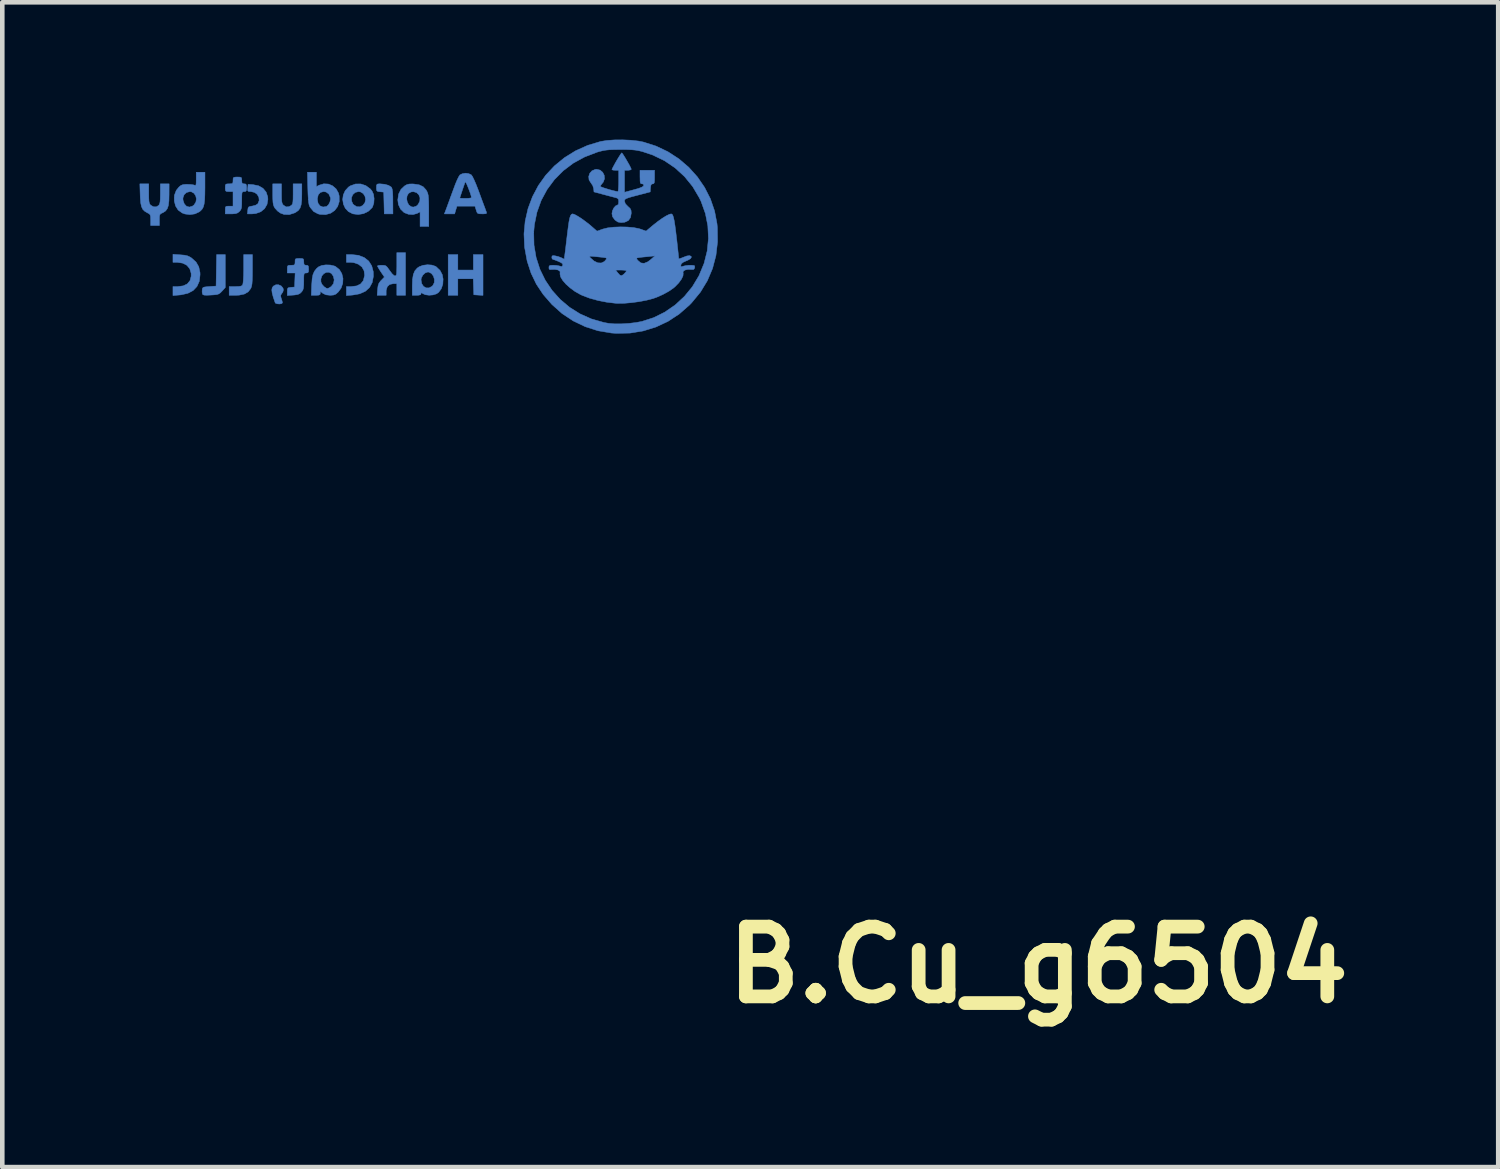
<source format=kicad_pcb>
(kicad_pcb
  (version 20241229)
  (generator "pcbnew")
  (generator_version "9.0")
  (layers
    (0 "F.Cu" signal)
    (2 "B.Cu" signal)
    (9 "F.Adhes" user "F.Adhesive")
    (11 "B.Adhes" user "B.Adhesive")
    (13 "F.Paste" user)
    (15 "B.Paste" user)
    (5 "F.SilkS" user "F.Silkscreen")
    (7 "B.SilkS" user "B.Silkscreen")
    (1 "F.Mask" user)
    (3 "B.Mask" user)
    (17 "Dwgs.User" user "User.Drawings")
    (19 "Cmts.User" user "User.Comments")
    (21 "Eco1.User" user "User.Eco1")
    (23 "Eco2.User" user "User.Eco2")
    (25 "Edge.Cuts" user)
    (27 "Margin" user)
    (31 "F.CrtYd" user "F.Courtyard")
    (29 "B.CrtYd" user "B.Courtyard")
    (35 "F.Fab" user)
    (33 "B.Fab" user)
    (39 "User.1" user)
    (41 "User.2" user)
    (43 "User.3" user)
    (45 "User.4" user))
  (footprint "B.Cu_g6504"
    (layer "F.Cu")
    (at 19.63 18.026)
    (property "Reference" "B.Cu_g6504" (at 0 0 0) (layer "F.SilkS") (effects (font (size 1.524 1.524) (thickness 0.3))))
    (attr through_hole)
    (fp_poly (pts (xy -12.679 -15.177) (xy -12.34 -15.177) (xy -12.34 -15.515) (xy -12.129 -15.515) (xy -12.129 -14.624) (xy -12.229 -14.63) (xy -12.33 -14.637) (xy -12.342 -14.986) (xy -12.679 -14.986) (xy -12.679 -14.626) (xy -12.89 -14.626) (xy -12.89 -15.515) (xy -12.679 -15.515) (xy -12.679 -15.177)) (stroke (width 0.01) (type solid)) (fill yes) (layer "B.Cu"))
    (fp_poly (pts (xy -17.759 -14.795) (xy -17.829 -14.718) (xy -17.867 -14.679) (xy -17.901 -14.656) (xy -17.943 -14.642) (xy -18.007 -14.635) (xy -18.073 -14.631) (xy -18.161 -14.627) (xy -18.215 -14.629) (xy -18.245 -14.638) (xy -18.257 -14.653) (xy -18.265 -14.698) (xy -18.263 -14.746) (xy -18.257 -14.778) (xy -18.243 -14.796) (xy -18.209 -14.807) (xy -18.148 -14.814) (xy -18.108 -14.817) (xy -17.96 -14.827) (xy -17.948 -15.515) (xy -17.759 -15.515) (xy -17.759 -14.795)) (stroke (width 0.01) (type solid)) (fill yes) (layer "B.Cu"))
    (fp_poly (pts (xy -14.278 -17.051) (xy -14.193 -17.027) (xy -14.135 -16.991) (xy -14.127 -16.982) (xy -14.114 -16.948) (xy -14.104 -16.886) (xy -14.099 -16.791) (xy -14.098 -16.674) (xy -14.097 -16.404) (xy -14.286 -16.404) (xy -14.292 -16.642) (xy -14.298 -16.88) (xy -14.377 -16.887) (xy -14.429 -16.894) (xy -14.451 -16.912) (xy -14.457 -16.955) (xy -14.457 -16.977) (xy -14.455 -17.031) (xy -14.44 -17.054) (xy -14.402 -17.06) (xy -14.377 -17.06) (xy -14.278 -17.051)) (stroke (width 0.01) (type solid)) (fill yes) (layer "B.Cu"))
    (fp_poly (pts (xy -16.593 -14.855) (xy -16.536 -14.829) (xy -16.498 -14.783) (xy -16.489 -14.743) (xy -16.502 -14.697) (xy -16.525 -14.664) (xy -16.547 -14.63) (xy -16.546 -14.59) (xy -16.535 -14.555) (xy -16.518 -14.501) (xy -16.51 -14.463) (xy -16.51 -14.461) (xy -16.528 -14.444) (xy -16.57 -14.436) (xy -16.619 -14.439) (xy -16.657 -14.45) (xy -16.669 -14.462) (xy -16.711 -14.585) (xy -16.735 -14.676) (xy -16.743 -14.742) (xy -16.734 -14.79) (xy -16.71 -14.825) (xy -16.71 -14.826) (xy -16.655 -14.855) (xy -16.593 -14.855)) (stroke (width 0.01) (type solid)) (fill yes) (layer "B.Cu"))
    (fp_poly (pts (xy -17.166 -15.182) (xy -17.167 -15.048) (xy -17.17 -14.949) (xy -17.175 -14.878) (xy -17.184 -14.826) (xy -17.197 -14.787) (xy -17.203 -14.774) (xy -17.259 -14.701) (xy -17.342 -14.653) (xy -17.456 -14.629) (xy -17.531 -14.626) (xy -17.674 -14.626) (xy -17.674 -14.817) (xy -17.537 -14.817) (xy -17.46 -14.819) (xy -17.413 -14.827) (xy -17.387 -14.844) (xy -17.379 -14.858) (xy -17.371 -14.893) (xy -17.364 -14.963) (xy -17.359 -15.058) (xy -17.357 -15.169) (xy -17.357 -15.207) (xy -17.357 -15.515) (xy -17.166 -15.515) (xy -17.166 -15.182)) (stroke (width 0.01) (type solid)) (fill yes) (layer "B.Cu"))
    (fp_poly (pts (xy -14.849 -15.499) (xy -14.723 -15.45) (xy -14.626 -15.373) (xy -14.56 -15.269) (xy -14.526 -15.141) (xy -14.524 -15.038) (xy -14.55 -14.903) (xy -14.609 -14.795) (xy -14.7 -14.713) (xy -14.824 -14.658) (xy -14.977 -14.631) (xy -15.113 -14.62) (xy -15.113 -14.817) (xy -15.006 -14.817) (xy -14.889 -14.831) (xy -14.802 -14.874) (xy -14.745 -14.945) (xy -14.741 -14.955) (xy -14.715 -15.063) (xy -14.727 -15.161) (xy -14.773 -15.243) (xy -14.85 -15.304) (xy -14.953 -15.339) (xy -15.028 -15.346) (xy -15.113 -15.346) (xy -15.113 -15.515) (xy -15 -15.515) (xy -14.849 -15.499)) (stroke (width 0.01) (type solid)) (fill yes) (layer "B.Cu"))
    (fp_poly (pts (xy -18.742 -15.51) (xy -18.649 -15.502) (xy -18.583 -15.487) (xy -18.528 -15.461) (xy -18.493 -15.438) (xy -18.397 -15.351) (xy -18.338 -15.248) (xy -18.311 -15.122) (xy -18.31 -15.073) (xy -18.326 -14.933) (xy -18.377 -14.819) (xy -18.461 -14.73) (xy -18.577 -14.669) (xy -18.723 -14.636) (xy -18.752 -14.633) (xy -18.902 -14.62) (xy -18.902 -14.817) (xy -18.795 -14.817) (xy -18.677 -14.832) (xy -18.587 -14.876) (xy -18.529 -14.947) (xy -18.504 -15.042) (xy -18.505 -15.107) (xy -18.535 -15.206) (xy -18.598 -15.281) (xy -18.69 -15.328) (xy -18.809 -15.346) (xy -18.816 -15.346) (xy -18.902 -15.346) (xy -18.902 -15.521) (xy -18.742 -15.51)) (stroke (width 0.01) (type solid)) (fill yes) (layer "B.Cu"))
    (fp_poly (pts (xy -17.156 -17.043) (xy -17.033 -17.018) (xy -16.936 -16.963) (xy -16.867 -16.881) (xy -16.832 -16.777) (xy -16.828 -16.722) (xy -16.847 -16.611) (xy -16.9 -16.519) (xy -16.983 -16.451) (xy -17.091 -16.412) (xy -17.172 -16.404) (xy -17.275 -16.404) (xy -17.268 -16.484) (xy -17.261 -16.533) (xy -17.243 -16.558) (xy -17.202 -16.57) (xy -17.168 -16.575) (xy -17.098 -16.593) (xy -17.051 -16.622) (xy -17.047 -16.627) (xy -17.019 -16.696) (xy -17.026 -16.767) (xy -17.062 -16.83) (xy -17.122 -16.874) (xy -17.198 -16.891) (xy -17.248 -16.893) (xy -17.268 -16.909) (xy -17.27 -16.95) (xy -17.268 -16.97) (xy -17.261 -17.05) (xy -17.156 -17.043)) (stroke (width 0.01) (type solid)) (fill yes) (layer "B.Cu"))
    (fp_poly (pts (xy -16.531 -16.849) (xy -16.53 -16.749) (xy -16.526 -16.682) (xy -16.517 -16.638) (xy -16.502 -16.609) (xy -16.489 -16.595) (xy -16.43 -16.557) (xy -16.368 -16.561) (xy -16.324 -16.585) (xy -16.303 -16.603) (xy -16.289 -16.627) (xy -16.282 -16.667) (xy -16.278 -16.729) (xy -16.277 -16.825) (xy -16.277 -16.839) (xy -16.277 -17.06) (xy -16.087 -17.06) (xy -16.087 -16.836) (xy -16.09 -16.702) (xy -16.102 -16.603) (xy -16.125 -16.532) (xy -16.163 -16.479) (xy -16.218 -16.44) (xy -16.243 -16.426) (xy -16.362 -16.388) (xy -16.475 -16.392) (xy -16.552 -16.42) (xy -16.614 -16.464) (xy -16.668 -16.522) (xy -16.674 -16.529) (xy -16.695 -16.566) (xy -16.709 -16.606) (xy -16.717 -16.659) (xy -16.721 -16.734) (xy -16.722 -16.831) (xy -16.722 -17.06) (xy -16.531 -17.06) (xy -16.531 -16.849)) (stroke (width 0.01) (type solid)) (fill yes) (layer "B.Cu"))
    (fp_poly (pts (xy -13.822 -14.626) (xy -14.012 -14.626) (xy -14.012 -14.88) (xy -14.086 -14.88) (xy -14.167 -14.863) (xy -14.22 -14.815) (xy -14.244 -14.737) (xy -14.245 -14.711) (xy -14.245 -14.626) (xy -14.441 -14.626) (xy -14.432 -14.753) (xy -14.422 -14.832) (xy -14.404 -14.886) (xy -14.371 -14.933) (xy -14.353 -14.952) (xy -14.283 -15.024) (xy -14.36 -15.137) (xy -14.399 -15.198) (xy -14.426 -15.245) (xy -14.436 -15.266) (xy -14.417 -15.276) (xy -14.369 -15.282) (xy -14.341 -15.282) (xy -14.288 -15.28) (xy -14.252 -15.269) (xy -14.221 -15.24) (xy -14.181 -15.185) (xy -14.168 -15.166) (xy -14.116 -15.097) (xy -14.073 -15.057) (xy -14.052 -15.05) (xy -14.035 -15.053) (xy -14.024 -15.067) (xy -14.017 -15.099) (xy -14.014 -15.156) (xy -14.012 -15.246) (xy -14.012 -15.303) (xy -14.012 -15.557) (xy -13.822 -15.557) (xy -13.822 -14.626)) (stroke (width 0.01) (type solid)) (fill yes) (layer "B.Cu"))
    (fp_poly (pts (xy -14.69 -17.022) (xy -14.593 -16.951) (xy -14.554 -16.905) (xy -14.521 -16.832) (xy -14.508 -16.738) (xy -14.514 -16.641) (xy -14.541 -16.559) (xy -14.553 -16.538) (xy -14.635 -16.46) (xy -14.74 -16.409) (xy -14.857 -16.39) (xy -14.973 -16.405) (xy -15.068 -16.453) (xy -15.137 -16.526) (xy -15.179 -16.617) (xy -15.19 -16.69) (xy -15.002 -16.69) (xy -14.971 -16.622) (xy -14.955 -16.604) (xy -14.888 -16.561) (xy -14.816 -16.558) (xy -14.755 -16.589) (xy -14.709 -16.649) (xy -14.694 -16.719) (xy -14.708 -16.789) (xy -14.745 -16.848) (xy -14.804 -16.884) (xy -14.848 -16.891) (xy -14.92 -16.873) (xy -14.972 -16.827) (xy -15.001 -16.762) (xy -15.002 -16.69) (xy -15.19 -16.69) (xy -15.195 -16.718) (xy -15.181 -16.819) (xy -15.139 -16.912) (xy -15.067 -16.99) (xy -15.028 -17.016) (xy -14.915 -17.057) (xy -14.8 -17.058) (xy -14.69 -17.022)) (stroke (width 0.01) (type solid)) (fill yes) (layer "B.Cu"))
    (fp_poly (pts (xy -19.431 -16.849) (xy -19.43 -16.749) (xy -19.426 -16.682) (xy -19.417 -16.638) (xy -19.402 -16.609) (xy -19.389 -16.595) (xy -19.328 -16.559) (xy -19.264 -16.558) (xy -19.212 -16.591) (xy -19.195 -16.619) (xy -19.184 -16.663) (xy -19.179 -16.732) (xy -19.177 -16.834) (xy -19.177 -16.845) (xy -19.177 -17.06) (xy -18.986 -17.06) (xy -18.987 -16.822) (xy -18.99 -16.688) (xy -19.002 -16.588) (xy -19.026 -16.518) (xy -19.063 -16.468) (xy -19.116 -16.433) (xy -19.132 -16.426) (xy -19.169 -16.408) (xy -19.189 -16.385) (xy -19.197 -16.345) (xy -19.198 -16.275) (xy -19.198 -16.15) (xy -19.389 -16.15) (xy -19.389 -16.272) (xy -19.391 -16.342) (xy -19.4 -16.382) (xy -19.421 -16.406) (xy -19.457 -16.425) (xy -19.517 -16.46) (xy -19.561 -16.503) (xy -19.589 -16.562) (xy -19.607 -16.645) (xy -19.616 -16.759) (xy -19.618 -16.818) (xy -19.625 -17.06) (xy -19.431 -17.06) (xy -19.431 -16.849)) (stroke (width 0.01) (type solid)) (fill yes) (layer "B.Cu"))
    (fp_poly (pts (xy -15.769 -16.999) (xy -15.711 -17.03) (xy -15.609 -17.061) (xy -15.508 -17.056) (xy -15.415 -17.017) (xy -15.338 -16.95) (xy -15.286 -16.858) (xy -15.271 -16.796) (xy -15.27 -16.671) (xy -15.305 -16.564) (xy -15.37 -16.478) (xy -15.459 -16.418) (xy -15.567 -16.388) (xy -15.688 -16.393) (xy -15.734 -16.405) (xy -15.827 -16.454) (xy -15.901 -16.542) (xy -15.914 -16.563) (xy -15.928 -16.599) (xy -15.938 -16.654) (xy -15.945 -16.717) (xy -15.748 -16.717) (xy -15.732 -16.635) (xy -15.689 -16.579) (xy -15.625 -16.554) (xy -15.548 -16.565) (xy -15.506 -16.601) (xy -15.474 -16.66) (xy -15.459 -16.726) (xy -15.462 -16.761) (xy -15.498 -16.839) (xy -15.557 -16.882) (xy -15.612 -16.891) (xy -15.682 -16.873) (xy -15.728 -16.822) (xy -15.747 -16.739) (xy -15.748 -16.717) (xy -15.945 -16.717) (xy -15.946 -16.732) (xy -15.952 -16.84) (xy -15.956 -16.97) (xy -15.964 -17.314) (xy -15.769 -17.314) (xy -15.769 -16.999)) (stroke (width 0.01) (type solid)) (fill yes) (layer "B.Cu"))
    (fp_poly (pts (xy -13.637 -17.056) (xy -13.522 -17.038) (xy -13.436 -16.997) (xy -13.373 -16.928) (xy -13.351 -16.889) (xy -13.337 -16.855) (xy -13.326 -16.81) (xy -13.32 -16.749) (xy -13.316 -16.664) (xy -13.314 -16.548) (xy -13.314 -16.473) (xy -13.314 -16.129) (xy -13.504 -16.129) (xy -13.504 -16.448) (xy -13.571 -16.413) (xy -13.658 -16.389) (xy -13.755 -16.395) (xy -13.846 -16.429) (xy -13.855 -16.435) (xy -13.931 -16.509) (xy -13.978 -16.609) (xy -13.991 -16.711) (xy -13.988 -16.729) (xy -13.796 -16.729) (xy -13.783 -16.661) (xy -13.751 -16.602) (xy -13.701 -16.562) (xy -13.652 -16.552) (xy -13.586 -16.573) (xy -13.548 -16.608) (xy -13.51 -16.682) (xy -13.506 -16.756) (xy -13.531 -16.821) (xy -13.579 -16.868) (xy -13.647 -16.889) (xy -13.702 -16.883) (xy -13.757 -16.851) (xy -13.788 -16.796) (xy -13.796 -16.729) (xy -13.988 -16.729) (xy -13.973 -16.837) (xy -13.921 -16.94) (xy -13.843 -17.014) (xy -13.793 -17.043) (xy -13.742 -17.056) (xy -13.673 -17.058) (xy -13.637 -17.056)) (stroke (width 0.01) (type solid)) (fill yes) (layer "B.Cu"))
    (fp_poly (pts (xy -13.246 -15.286) (xy -13.167 -15.259) (xy -13.152 -15.249) (xy -13.068 -15.169) (xy -13.019 -15.077) (xy -13.001 -14.98) (xy -13.007 -14.868) (xy -13.041 -14.768) (xy -13.099 -14.69) (xy -13.144 -14.658) (xy -13.22 -14.634) (xy -13.307 -14.627) (xy -13.389 -14.638) (xy -13.436 -14.659) (xy -13.47 -14.68) (xy -13.482 -14.675) (xy -13.483 -14.659) (xy -13.494 -14.638) (xy -13.534 -14.628) (xy -13.578 -14.626) (xy -13.674 -14.626) (xy -13.674 -14.839) (xy -13.669 -14.964) (xy -13.483 -14.964) (xy -13.468 -14.88) (xy -13.428 -14.82) (xy -13.372 -14.788) (xy -13.308 -14.787) (xy -13.243 -14.822) (xy -13.224 -14.842) (xy -13.193 -14.904) (xy -13.191 -14.976) (xy -13.213 -15.046) (xy -13.255 -15.102) (xy -13.313 -15.132) (xy -13.335 -15.134) (xy -13.391 -15.115) (xy -13.442 -15.068) (xy -13.476 -15.006) (xy -13.483 -14.964) (xy -13.669 -14.964) (xy -13.668 -14.978) (xy -13.651 -15.082) (xy -13.618 -15.16) (xy -13.567 -15.219) (xy -13.522 -15.25) (xy -13.44 -15.281) (xy -13.342 -15.293) (xy -13.246 -15.286)) (stroke (width 0.01) (type solid)) (fill yes) (layer "B.Cu"))
    (fp_poly (pts (xy -18.203 -16.975) (xy -18.205 -16.823) (xy -18.21 -16.707) (xy -18.221 -16.62) (xy -18.238 -16.556) (xy -18.264 -16.508) (xy -18.3 -16.47) (xy -18.328 -16.448) (xy -18.422 -16.404) (xy -18.532 -16.388) (xy -18.642 -16.402) (xy -18.701 -16.424) (xy -18.789 -16.488) (xy -18.845 -16.577) (xy -18.873 -16.686) (xy -18.872 -16.752) (xy -18.684 -16.752) (xy -18.682 -16.703) (xy -18.654 -16.622) (xy -18.606 -16.571) (xy -18.544 -16.553) (xy -18.478 -16.572) (xy -18.443 -16.598) (xy -18.402 -16.66) (xy -18.39 -16.731) (xy -18.405 -16.799) (xy -18.443 -16.855) (xy -18.5 -16.887) (xy -18.531 -16.891) (xy -18.605 -16.872) (xy -18.658 -16.823) (xy -18.684 -16.752) (xy -18.872 -16.752) (xy -18.871 -16.809) (xy -18.83 -16.917) (xy -18.773 -16.988) (xy -18.729 -17.025) (xy -18.683 -17.043) (xy -18.62 -17.049) (xy -18.588 -17.049) (xy -18.515 -17.046) (xy -18.455 -17.038) (xy -18.431 -17.031) (xy -18.412 -17.026) (xy -18.4 -17.038) (xy -18.395 -17.076) (xy -18.394 -17.147) (xy -18.394 -17.164) (xy -18.394 -17.314) (xy -18.203 -17.314) (xy -18.203 -16.975)) (stroke (width 0.01) (type solid)) (fill yes) (layer "B.Cu"))
    (fp_poly (pts (xy -15.465 -15.287) (xy -15.376 -15.266) (xy -15.35 -15.254) (xy -15.267 -15.188) (xy -15.213 -15.099) (xy -15.188 -14.995) (xy -15.193 -14.887) (xy -15.229 -14.783) (xy -15.293 -14.696) (xy -15.343 -14.652) (xy -15.392 -14.632) (xy -15.46 -14.626) (xy -15.468 -14.626) (xy -15.559 -14.636) (xy -15.625 -14.667) (xy -15.629 -14.67) (xy -15.684 -14.714) (xy -15.684 -14.67) (xy -15.69 -14.643) (xy -15.714 -14.63) (xy -15.768 -14.626) (xy -15.782 -14.626) (xy -15.88 -14.626) (xy -15.872 -14.843) (xy -15.862 -14.976) (xy -15.862 -14.981) (xy -15.671 -14.981) (xy -15.669 -14.915) (xy -15.645 -14.863) (xy -15.601 -14.814) (xy -15.552 -14.781) (xy -15.526 -14.774) (xy -15.492 -14.787) (xy -15.447 -14.816) (xy -15.446 -14.816) (xy -15.395 -14.881) (xy -15.38 -14.963) (xy -15.399 -15.043) (xy -15.441 -15.103) (xy -15.494 -15.129) (xy -15.552 -15.127) (xy -15.607 -15.098) (xy -15.649 -15.049) (xy -15.671 -14.981) (xy -15.862 -14.981) (xy -15.844 -15.076) (xy -15.812 -15.151) (xy -15.764 -15.211) (xy -15.723 -15.246) (xy -15.654 -15.277) (xy -15.563 -15.29) (xy -15.465 -15.287)) (stroke (width 0.01) (type solid)) (fill yes) (layer "B.Cu"))
    (fp_poly (pts (xy -16.081 -15.429) (xy -16.053 -15.418) (xy -16.045 -15.389) (xy -16.044 -15.356) (xy -16.04 -15.306) (xy -16.023 -15.286) (xy -15.991 -15.282) (xy -15.957 -15.278) (xy -15.942 -15.256) (xy -15.939 -15.205) (xy -15.938 -15.198) (xy -15.941 -15.143) (xy -15.955 -15.119) (xy -15.987 -15.113) (xy -15.991 -15.113) (xy -16.017 -15.111) (xy -16.033 -15.101) (xy -16.041 -15.073) (xy -16.044 -15.019) (xy -16.044 -14.934) (xy -16.046 -14.843) (xy -16.052 -14.783) (xy -16.064 -14.741) (xy -16.086 -14.707) (xy -16.094 -14.698) (xy -16.13 -14.664) (xy -16.174 -14.644) (xy -16.24 -14.633) (xy -16.274 -14.63) (xy -16.404 -14.621) (xy -16.404 -14.707) (xy -16.402 -14.762) (xy -16.387 -14.788) (xy -16.35 -14.797) (xy -16.325 -14.8) (xy -16.245 -14.806) (xy -16.239 -14.96) (xy -16.233 -15.113) (xy -16.404 -15.113) (xy -16.404 -15.198) (xy -16.402 -15.252) (xy -16.388 -15.276) (xy -16.349 -15.282) (xy -16.32 -15.282) (xy -16.265 -15.285) (xy -16.241 -15.298) (xy -16.235 -15.335) (xy -16.235 -15.356) (xy -16.233 -15.402) (xy -16.219 -15.423) (xy -16.182 -15.43) (xy -16.14 -15.431) (xy -16.081 -15.429)) (stroke (width 0.01) (type solid)) (fill yes) (layer "B.Cu"))
    (fp_poly (pts (xy -17.436 -17.207) (xy -17.408 -17.196) (xy -17.4 -17.167) (xy -17.399 -17.134) (xy -17.395 -17.084) (xy -17.377 -17.064) (xy -17.346 -17.06) (xy -17.312 -17.056) (xy -17.297 -17.034) (xy -17.293 -16.983) (xy -17.293 -16.976) (xy -17.296 -16.921) (xy -17.31 -16.897) (xy -17.341 -16.891) (xy -17.346 -16.891) (xy -17.371 -16.889) (xy -17.387 -16.88) (xy -17.395 -16.853) (xy -17.398 -16.802) (xy -17.399 -16.718) (xy -17.399 -16.7) (xy -17.4 -16.607) (xy -17.404 -16.545) (xy -17.415 -16.505) (xy -17.433 -16.476) (xy -17.451 -16.456) (xy -17.488 -16.426) (xy -17.533 -16.41) (xy -17.599 -16.404) (xy -17.631 -16.404) (xy -17.759 -16.404) (xy -17.759 -16.489) (xy -17.757 -16.543) (xy -17.743 -16.567) (xy -17.704 -16.573) (xy -17.674 -16.573) (xy -17.59 -16.573) (xy -17.59 -16.891) (xy -17.674 -16.891) (xy -17.728 -16.893) (xy -17.752 -16.907) (xy -17.759 -16.946) (xy -17.759 -16.976) (xy -17.757 -17.03) (xy -17.743 -17.054) (xy -17.704 -17.06) (xy -17.674 -17.06) (xy -17.62 -17.063) (xy -17.596 -17.076) (xy -17.59 -17.113) (xy -17.59 -17.134) (xy -17.587 -17.18) (xy -17.574 -17.201) (xy -17.537 -17.208) (xy -17.494 -17.209) (xy -17.436 -17.207)) (stroke (width 0.01) (type solid)) (fill yes) (layer "B.Cu"))
    (fp_poly (pts (xy -12.441 -17.283) (xy -12.387 -17.258) (xy -12.385 -17.256) (xy -12.36 -17.221) (xy -12.325 -17.15) (xy -12.281 -17.048) (xy -12.23 -16.917) (xy -12.205 -16.849) (xy -12.161 -16.729) (xy -12.121 -16.621) (xy -12.088 -16.533) (xy -12.065 -16.47) (xy -12.054 -16.441) (xy -12.051 -16.419) (xy -12.068 -16.408) (xy -12.116 -16.404) (xy -12.147 -16.404) (xy -12.21 -16.406) (xy -12.245 -16.416) (xy -12.264 -16.443) (xy -12.279 -16.489) (xy -12.305 -16.573) (xy -12.698 -16.573) (xy -12.724 -16.489) (xy -12.749 -16.404) (xy -12.973 -16.404) (xy -12.919 -16.547) (xy -12.891 -16.624) (xy -12.853 -16.727) (xy -12.845 -16.75) (xy -12.636 -16.75) (xy -12.617 -16.746) (xy -12.567 -16.744) (xy -12.509 -16.743) (xy -12.443 -16.745) (xy -12.396 -16.752) (xy -12.383 -16.76) (xy -12.389 -16.796) (xy -12.406 -16.853) (xy -12.431 -16.921) (xy -12.458 -16.99) (xy -12.483 -17.05) (xy -12.505 -17.092) (xy -12.517 -17.104) (xy -12.518 -17.103) (xy -12.531 -17.067) (xy -12.551 -17.008) (xy -12.576 -16.936) (xy -12.6 -16.863) (xy -12.621 -16.801) (xy -12.634 -16.759) (xy -12.636 -16.75) (xy -12.845 -16.75) (xy -12.811 -16.843) (xy -12.77 -16.954) (xy -12.732 -17.056) (xy -12.694 -17.146) (xy -12.66 -17.215) (xy -12.635 -17.253) (xy -12.633 -17.256) (xy -12.579 -17.282) (xy -12.511 -17.293) (xy -12.509 -17.293) (xy -12.441 -17.283)) (stroke (width 0.01) (type solid)) (fill yes) (layer "B.Cu"))
    (fp_poly (pts (xy -8.899 -18.013) (xy -8.736 -17.995) (xy -8.628 -17.974) (xy -8.349 -17.885) (xy -8.089 -17.761) (xy -7.85 -17.606) (xy -7.635 -17.422) (xy -7.447 -17.213) (xy -7.289 -16.983) (xy -7.162 -16.733) (xy -7.071 -16.468) (xy -7.018 -16.191) (xy -7.01 -16.108) (xy -7.006 -15.793) (xy -7.041 -15.494) (xy -7.115 -15.212) (xy -7.228 -14.945) (xy -7.38 -14.695) (xy -7.571 -14.463) (xy -7.619 -14.413) (xy -7.843 -14.217) (xy -8.088 -14.056) (xy -8.351 -13.933) (xy -8.629 -13.847) (xy -8.919 -13.8) (xy -9.218 -13.794) (xy -9.329 -13.802) (xy -9.618 -13.851) (xy -9.896 -13.94) (xy -10.159 -14.066) (xy -10.402 -14.227) (xy -10.621 -14.422) (xy -10.627 -14.428) (xy -10.815 -14.645) (xy -10.964 -14.869) (xy -11.079 -15.108) (xy -11.164 -15.368) (xy -11.167 -15.383) (xy -11.221 -15.676) (xy -11.234 -15.965) (xy -11.231 -16.002) (xy -11.021 -16.002) (xy -11.015 -15.721) (xy -10.969 -15.451) (xy -10.886 -15.194) (xy -10.769 -14.954) (xy -10.62 -14.733) (xy -10.443 -14.536) (xy -10.238 -14.363) (xy -10.01 -14.22) (xy -9.76 -14.109) (xy -9.49 -14.032) (xy -9.387 -14.013) (xy -9.258 -14.002) (xy -9.104 -14.002) (xy -8.939 -14.012) (xy -8.778 -14.032) (xy -8.657 -14.055) (xy -8.4 -14.138) (xy -8.157 -14.259) (xy -7.932 -14.414) (xy -7.731 -14.6) (xy -7.557 -14.812) (xy -7.415 -15.048) (xy -7.409 -15.06) (xy -7.3 -15.323) (xy -7.232 -15.594) (xy -7.205 -15.868) (xy -7.218 -16.141) (xy -7.271 -16.411) (xy -7.365 -16.673) (xy -7.403 -16.753) (xy -7.549 -17) (xy -7.727 -17.219) (xy -7.933 -17.408) (xy -8.166 -17.566) (xy -8.423 -17.69) (xy -8.647 -17.765) (xy -8.725 -17.784) (xy -8.801 -17.797) (xy -8.885 -17.805) (xy -8.989 -17.809) (xy -9.124 -17.81) (xy -9.133 -17.81) (xy -9.264 -17.808) (xy -9.363 -17.805) (xy -9.443 -17.797) (xy -9.513 -17.785) (xy -9.585 -17.767) (xy -9.637 -17.752) (xy -9.908 -17.648) (xy -10.156 -17.513) (xy -10.376 -17.347) (xy -10.568 -17.154) (xy -10.729 -16.937) (xy -10.858 -16.698) (xy -10.951 -16.44) (xy -11.007 -16.166) (xy -11.021 -16.002) (xy -11.231 -16.002) (xy -11.208 -16.247) (xy -11.146 -16.519) (xy -11.049 -16.779) (xy -10.92 -17.023) (xy -10.759 -17.249) (xy -10.569 -17.452) (xy -10.351 -17.631) (xy -10.109 -17.781) (xy -9.843 -17.901) (xy -9.559 -17.986) (xy -9.421 -18.008) (xy -9.255 -18.02) (xy -9.077 -18.021) (xy -8.899 -18.013)) (stroke (width 0.01) (type solid)) (fill yes) (layer "B.Cu"))
    (fp_poly (pts (xy -9.083 -17.721) (xy -9.053 -17.676) (xy -9.015 -17.614) (xy -8.974 -17.543) (xy -8.935 -17.475) (xy -8.906 -17.418) (xy -8.891 -17.383) (xy -8.89 -17.378) (xy -8.909 -17.364) (xy -8.954 -17.357) (xy -8.964 -17.357) (xy -9.038 -17.357) (xy -9.038 -16.876) (xy -8.832 -16.932) (xy -8.729 -16.961) (xy -8.662 -16.987) (xy -8.627 -17.009) (xy -8.619 -17.024) (xy -8.627 -17.054) (xy -8.656 -17.06) (xy -8.679 -17.064) (xy -8.692 -17.081) (xy -8.698 -17.12) (xy -8.699 -17.191) (xy -8.7 -17.209) (xy -8.7 -17.357) (xy -8.382 -17.357) (xy -8.382 -17.209) (xy -8.383 -17.131) (xy -8.388 -17.086) (xy -8.4 -17.065) (xy -8.421 -17.06) (xy -8.423 -17.06) (xy -8.451 -17.052) (xy -8.465 -17.019) (xy -8.471 -16.972) (xy -8.477 -16.884) (xy -8.758 -16.81) (xy -8.87 -16.781) (xy -8.947 -16.758) (xy -8.996 -16.74) (xy -9.024 -16.724) (xy -9.035 -16.707) (xy -9.038 -16.685) (xy -9.038 -16.682) (xy -9.02 -16.625) (xy -8.964 -16.567) (xy -8.916 -16.523) (xy -8.895 -16.479) (xy -8.891 -16.419) (xy -8.907 -16.325) (xy -8.954 -16.259) (xy -9.033 -16.222) (xy -9.112 -16.214) (xy -9.183 -16.226) (xy -9.245 -16.269) (xy -9.251 -16.276) (xy -9.299 -16.341) (xy -9.313 -16.41) (xy -9.301 -16.474) (xy -9.271 -16.535) (xy -9.232 -16.579) (xy -9.195 -16.595) (xy -9.172 -16.613) (xy -9.165 -16.668) (xy -9.17 -16.72) (xy -9.193 -16.746) (xy -9.223 -16.756) (xy -9.268 -16.768) (xy -9.342 -16.787) (xy -9.433 -16.811) (xy -9.493 -16.827) (xy -9.705 -16.884) (xy -9.712 -16.956) (xy -9.733 -17.025) (xy -9.77 -17.078) (xy -9.813 -17.146) (xy -9.82 -17.22) (xy -9.798 -17.29) (xy -9.749 -17.345) (xy -9.678 -17.375) (xy -9.646 -17.378) (xy -9.571 -17.36) (xy -9.514 -17.312) (xy -9.481 -17.246) (xy -9.475 -17.172) (xy -9.501 -17.1) (xy -9.521 -17.075) (xy -9.553 -17.035) (xy -9.567 -17.006) (xy -9.567 -17.006) (xy -9.549 -16.994) (xy -9.5 -16.975) (xy -9.431 -16.953) (xy -9.354 -16.93) (xy -9.279 -16.91) (xy -9.218 -16.896) (xy -9.181 -16.891) (xy -9.175 -16.911) (xy -9.17 -16.964) (xy -9.166 -17.043) (xy -9.165 -17.124) (xy -9.165 -17.357) (xy -9.239 -17.357) (xy -9.288 -17.36) (xy -9.313 -17.37) (xy -9.313 -17.371) (xy -9.303 -17.397) (xy -9.277 -17.447) (xy -9.241 -17.513) (xy -9.2 -17.584) (xy -9.159 -17.651) (xy -9.125 -17.704) (xy -9.103 -17.734) (xy -9.099 -17.738) (xy -9.083 -17.721)) (stroke (width 0.01) (type solid)) (fill yes) (layer "B.Cu"))
    (fp_poly (pts (xy -10.128 -16.391) (xy -10.064 -16.356) (xy -9.983 -16.305) (xy -9.895 -16.241) (xy -9.806 -16.172) (xy -9.767 -16.139) (xy -9.639 -16.027) (xy -9.513 -16.072) (xy -9.409 -16.098) (xy -9.276 -16.114) (xy -9.129 -16.12) (xy -8.979 -16.117) (xy -8.84 -16.105) (xy -8.724 -16.082) (xy -8.691 -16.072) (xy -8.567 -16.028) (xy -8.416 -16.155) (xy -8.315 -16.235) (xy -8.217 -16.305) (xy -8.129 -16.36) (xy -8.059 -16.394) (xy -8.019 -16.404) (xy -8 -16.397) (xy -7.983 -16.372) (xy -7.968 -16.325) (xy -7.952 -16.253) (xy -7.936 -16.151) (xy -7.918 -16.015) (xy -7.898 -15.842) (xy -7.895 -15.822) (xy -7.882 -15.699) (xy -7.87 -15.592) (xy -7.861 -15.505) (xy -7.855 -15.448) (xy -7.853 -15.426) (xy -7.836 -15.425) (xy -7.792 -15.44) (xy -7.763 -15.452) (xy -7.676 -15.485) (xy -7.615 -15.492) (xy -7.582 -15.475) (xy -7.578 -15.457) (xy -7.598 -15.425) (xy -7.657 -15.391) (xy -7.689 -15.378) (xy -7.759 -15.346) (xy -7.796 -15.315) (xy -7.807 -15.288) (xy -7.807 -15.255) (xy -7.788 -15.251) (xy -7.758 -15.261) (xy -7.706 -15.273) (xy -7.64 -15.281) (xy -7.575 -15.282) (xy -7.525 -15.277) (xy -7.509 -15.271) (xy -7.504 -15.243) (xy -7.508 -15.219) (xy -7.525 -15.192) (xy -7.564 -15.188) (xy -7.585 -15.19) (xy -7.653 -15.191) (xy -7.71 -15.179) (xy -7.751 -15.156) (xy -7.76 -15.123) (xy -7.756 -15.104) (xy -7.761 -15.049) (xy -7.795 -14.978) (xy -7.853 -14.898) (xy -7.928 -14.82) (xy -7.964 -14.788) (xy -8.069 -14.715) (xy -8.198 -14.644) (xy -8.336 -14.583) (xy -8.414 -14.555) (xy -8.553 -14.519) (xy -8.714 -14.488) (xy -8.883 -14.465) (xy -9.045 -14.451) (xy -9.187 -14.449) (xy -9.229 -14.451) (xy -9.422 -14.474) (xy -9.617 -14.512) (xy -9.802 -14.563) (xy -9.962 -14.624) (xy -10.001 -14.642) (xy -10.118 -14.708) (xy -10.224 -14.786) (xy -10.316 -14.868) (xy -10.388 -14.951) (xy -10.434 -15.027) (xy -10.448 -15.092) (xy -10.446 -15.108) (xy -10.446 -15.146) (xy -10.476 -15.171) (xy -10.488 -15.177) (xy -9.232 -15.177) (xy -9.183 -15.114) (xy -9.14 -15.067) (xy -9.106 -15.054) (xy -9.069 -15.074) (xy -9.045 -15.096) (xy -9.011 -15.133) (xy -8.996 -15.159) (xy -8.996 -15.159) (xy -9.015 -15.169) (xy -9.064 -15.175) (xy -9.114 -15.177) (xy -9.232 -15.177) (xy -10.488 -15.177) (xy -10.493 -15.179) (xy -10.557 -15.191) (xy -10.62 -15.19) (xy -10.667 -15.186) (xy -10.686 -15.2) (xy -10.689 -15.231) (xy -10.685 -15.263) (xy -10.665 -15.278) (xy -10.617 -15.282) (xy -10.595 -15.282) (xy -10.524 -15.278) (xy -10.462 -15.267) (xy -10.449 -15.262) (xy -10.409 -15.253) (xy -10.39 -15.271) (xy -10.387 -15.282) (xy -10.389 -15.31) (xy -10.419 -15.336) (xy -10.479 -15.365) (xy -10.541 -15.39) (xy -10.588 -15.406) (xy -10.603 -15.409) (xy -10.621 -15.427) (xy -10.626 -15.454) (xy -10.621 -15.484) (xy -10.597 -15.493) (xy -10.551 -15.487) (xy -10.48 -15.47) (xy -10.416 -15.445) (xy -10.355 -15.415) (xy -10.347 -15.474) (xy -9.802 -15.474) (xy -9.798 -15.461) (xy -9.784 -15.445) (xy -9.704 -15.374) (xy -9.622 -15.335) (xy -9.546 -15.331) (xy -9.481 -15.362) (xy -9.461 -15.383) (xy -9.44 -15.409) (xy -9.429 -15.427) (xy -9.432 -15.433) (xy -8.774 -15.433) (xy -8.771 -15.418) (xy -8.754 -15.397) (xy -8.742 -15.383) (xy -8.682 -15.333) (xy -8.611 -15.324) (xy -8.53 -15.357) (xy -8.465 -15.406) (xy -8.374 -15.487) (xy -8.542 -15.469) (xy -8.649 -15.459) (xy -8.719 -15.45) (xy -8.759 -15.443) (xy -8.774 -15.433) (xy -9.432 -15.433) (xy -9.434 -15.439) (xy -9.462 -15.447) (xy -9.518 -15.455) (xy -9.607 -15.464) (xy -9.657 -15.469) (xy -9.738 -15.477) (xy -9.785 -15.479) (xy -9.802 -15.474) (xy -10.347 -15.474) (xy -10.341 -15.523) (xy -10.333 -15.582) (xy -10.322 -15.672) (xy -10.309 -15.785) (xy -10.294 -15.909) (xy -10.286 -15.977) (xy -10.267 -16.124) (xy -10.251 -16.235) (xy -10.235 -16.313) (xy -10.218 -16.364) (xy -10.2 -16.392) (xy -10.178 -16.403) (xy -10.169 -16.404) (xy -10.128 -16.391)) (stroke (width 0.01) (type solid)) (fill yes) (layer "B.Cu")))
  (gr_rect
    (start -3 -3)
    (end 29.677 22.444)
    (stroke (width 0.1) (type default))
    (fill no)
    (layer "Edge.Cuts")))
</source>
